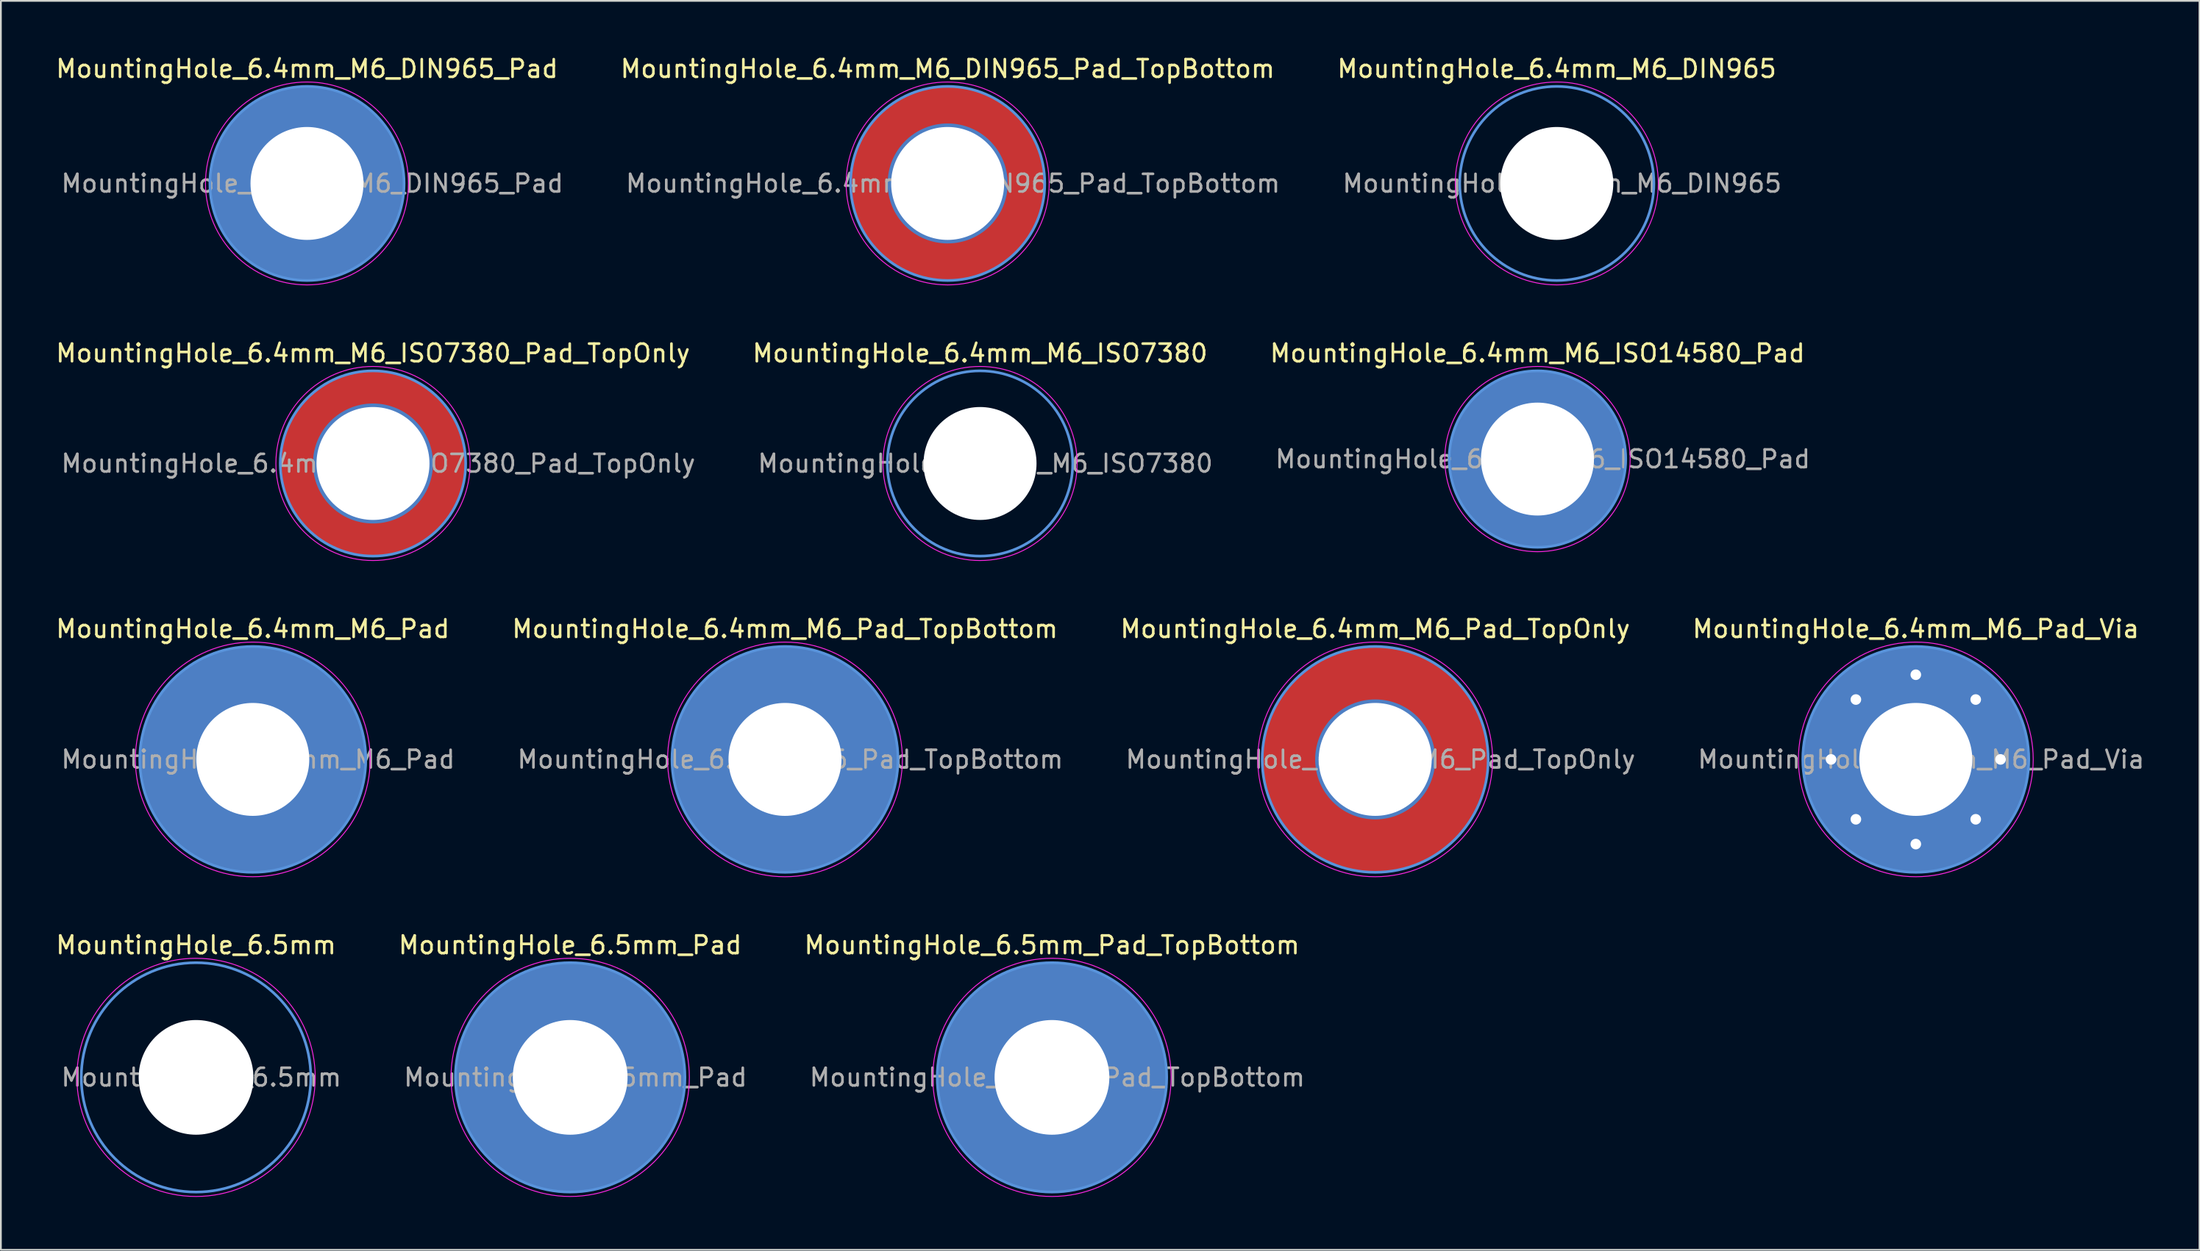
<source format=kicad_pcb>
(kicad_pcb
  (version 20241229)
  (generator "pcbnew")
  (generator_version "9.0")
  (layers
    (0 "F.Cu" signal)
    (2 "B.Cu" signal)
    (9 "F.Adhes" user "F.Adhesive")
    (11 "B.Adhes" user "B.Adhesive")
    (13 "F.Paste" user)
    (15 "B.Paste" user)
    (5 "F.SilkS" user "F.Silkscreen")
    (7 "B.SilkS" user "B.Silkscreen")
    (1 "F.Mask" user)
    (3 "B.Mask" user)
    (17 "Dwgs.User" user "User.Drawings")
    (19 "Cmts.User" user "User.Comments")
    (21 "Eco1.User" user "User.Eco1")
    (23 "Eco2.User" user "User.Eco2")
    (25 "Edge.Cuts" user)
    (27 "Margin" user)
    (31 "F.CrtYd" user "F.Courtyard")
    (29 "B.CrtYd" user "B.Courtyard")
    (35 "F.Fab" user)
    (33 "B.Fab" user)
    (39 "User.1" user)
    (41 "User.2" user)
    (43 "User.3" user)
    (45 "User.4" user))
  (footprint "MountingHole_6.4mm_M6_ISO7380_Pad_TopOnly"
    (layer "F.Cu")
    (at 18.077 23.221)
    (property "Reference" "MountingHole_6.4mm_M6_ISO7380_Pad_TopOnly" (at 0 -6.25 0) (layer "F.SilkS") (effects (font (size 1 1) (thickness 0.15))))
    (attr exclude_from_pos_files exclude_from_bom)
    (fp_circle (center 0 0) (end 5.25 0) (stroke (width 0.15) (type solid)) (fill no) (layer "Cmts.User"))
    (fp_circle (center 0 0) (end 5.5 0) (stroke (width 0.05) (type solid)) (fill no) (layer "F.CrtYd"))
    (fp_text user "${REFERENCE}" (at 0.3 0 0) (layer "F.Fab") (effects (font (size 1 1) (thickness 0.15))))
    (pad "1" thru_hole circle (at 0 0) (size 6.8 6.8) (drill 6.4) (layers "*.Cu" "*.Mask"))
    (pad "1" connect circle (at 0 0) (size 10.5 10.5) (layers "F.Cu" "F.Mask")))
  (footprint "MountingHole_6.4mm_M6_ISO7380"
    (layer "F.Cu")
    (at 52.461 23.221)
    (property "Reference" "MountingHole_6.4mm_M6_ISO7380" (at 0 -6.25 0) (layer "F.SilkS") (effects (font (size 1 1) (thickness 0.15))))
    (attr exclude_from_pos_files exclude_from_bom)
    (fp_circle (center 0 0) (end 5.25 0) (stroke (width 0.15) (type solid)) (fill no) (layer "Cmts.User"))
    (fp_circle (center 0 0) (end 5.5 0) (stroke (width 0.05) (type solid)) (fill no) (layer "F.CrtYd"))
    (fp_text user "${REFERENCE}" (at 0.3 0 0) (layer "F.Fab") (effects (font (size 1 1) (thickness 0.15))))
    (pad "" np_thru_hole circle (at 0 0) (size 6.4 6.4) (drill 6.4) (layers "*.Cu" "*.Mask")))
  (footprint "MountingHole_6.4mm_M6_Pad_TopOnly"
    (layer "F.Cu")
    (at 74.844 39.995)
    (property "Reference" "MountingHole_6.4mm_M6_Pad_TopOnly" (at 0 -7.4 0) (layer "F.SilkS") (effects (font (size 1 1) (thickness 0.15))))
    (attr exclude_from_pos_files exclude_from_bom)
    (fp_circle (center 0 0) (end 6.4 0) (stroke (width 0.15) (type solid)) (fill no) (layer "Cmts.User"))
    (fp_circle (center 0 0) (end 6.65 0) (stroke (width 0.05) (type solid)) (fill no) (layer "F.CrtYd"))
    (fp_text user "${REFERENCE}" (at 0.3 0 0) (layer "F.Fab") (effects (font (size 1 1) (thickness 0.15))))
    (pad "1" thru_hole circle (at 0 0) (size 6.8 6.8) (drill 6.4) (layers "*.Cu" "*.Mask"))
    (pad "1" connect circle (at 0 0) (size 12.8 12.8) (layers "F.Cu" "F.Mask")))
  (footprint "MountingHole_6.4mm_M6_DIN965"
    (layer "F.Cu")
    (at 85.13 7.348)
    (property "Reference" "MountingHole_6.4mm_M6_DIN965" (at 0 -6.5 0) (layer "F.SilkS") (effects (font (size 1 1) (thickness 0.15))))
    (attr exclude_from_pos_files exclude_from_bom)
    (fp_circle (center 0 0) (end 5.5 0) (stroke (width 0.15) (type solid)) (fill no) (layer "Cmts.User"))
    (fp_circle (center 0 0) (end 5.75 0) (stroke (width 0.05) (type solid)) (fill no) (layer "F.CrtYd"))
    (fp_text user "${REFERENCE}" (at 0.3 0 0) (layer "F.Fab") (effects (font (size 1 1) (thickness 0.15))))
    (pad "" np_thru_hole circle (at 0 0) (size 6.4 6.4) (drill 6.4) (layers "*.Cu" "*.Mask")))
  (footprint "MountingHole_6.4mm_M6_DIN965_Pad_TopBottom"
    (layer "F.Cu")
    (at 50.627 7.348)
    (property "Reference" "MountingHole_6.4mm_M6_DIN965_Pad_TopBottom" (at 0 -6.5 0) (layer "F.SilkS") (effects (font (size 1 1) (thickness 0.15))))
    (attr exclude_from_pos_files exclude_from_bom)
    (fp_circle (center 0 0) (end 5.5 0) (stroke (width 0.15) (type solid)) (fill no) (layer "Cmts.User"))
    (fp_circle (center 0 0) (end 5.75 0) (stroke (width 0.05) (type solid)) (fill no) (layer "F.CrtYd"))
    (fp_text user "${REFERENCE}" (at 0.3 0 0) (layer "F.Fab") (effects (font (size 1 1) (thickness 0.15))))
    (pad "" connect circle (at 0 0) (size 11 11) (layers "B.Mask" "Rescue"))
    (pad "1" thru_hole circle (at 0 0) (size 6.8 6.8) (drill 6.4) (layers "*.Cu" "*.Mask"))
    (pad "1" connect circle (at 0 0) (size 11 11) (layers "F.Cu" "F.Mask")))
  (footprint "MountingHole_6.4mm_M6_Pad"
    (layer "F.Cu")
    (at 11.268 39.995)
    (property "Reference" "MountingHole_6.4mm_M6_Pad" (at 0 -7.4 0) (layer "F.SilkS") (effects (font (size 1 1) (thickness 0.15))))
    (attr exclude_from_pos_files exclude_from_bom)
    (fp_circle (center 0 0) (end 6.4 0) (stroke (width 0.15) (type solid)) (fill no) (layer "Cmts.User"))
    (fp_circle (center 0 0) (end 6.65 0) (stroke (width 0.05) (type solid)) (fill no) (layer "F.CrtYd"))
    (fp_text user "${REFERENCE}" (at 0.3 0 0) (layer "F.Fab") (effects (font (size 1 1) (thickness 0.15))))
    (pad "1" thru_hole circle (at 0 0) (size 12.8 12.8) (drill 6.4) (layers "*.Cu" "*.Mask")))
  (footprint "MountingHole_6.5mm_Pad_TopBottom"
    (layer "F.Cu")
    (at 56.535 58.018)
    (property "Reference" "MountingHole_6.5mm_Pad_TopBottom" (at 0 -7.5 0) (layer "F.SilkS") (effects (font (size 1 1) (thickness 0.15))))
    (attr exclude_from_pos_files exclude_from_bom)
    (fp_circle (center 0 0) (end 6.5 0) (stroke (width 0.15) (type solid)) (fill no) (layer "Cmts.User"))
    (fp_circle (center 0 0) (end 6.75 0) (stroke (width 0.05) (type solid)) (fill no) (layer "F.CrtYd"))
    (fp_text user "${REFERENCE}" (at 0.3 0 0) (layer "F.Fab") (effects (font (size 1 1) (thickness 0.15))))
    (pad "1" thru_hole circle (at 0 0) (size 6.9 6.9) (drill 6.5) (layers "*.Cu" "*.Mask"))
    (pad "1" connect circle (at 0 0) (size 13 13) (layers "F.Cu" "F.Mask"))
    (pad "1" connect circle (at 0 0) (size 13 13) (layers "B.Cu" "B.Mask")))
  (footprint "MountingHole_6.4mm_M6_ISO14580_Pad"
    (layer "F.Cu")
    (at 84.035 22.971)
    (property "Reference" "MountingHole_6.4mm_M6_ISO14580_Pad" (at 0 -6 0) (layer "F.SilkS") (effects (font (size 1 1) (thickness 0.15))))
    (attr exclude_from_pos_files exclude_from_bom)
    (fp_circle (center 0 0) (end 5 0) (stroke (width 0.15) (type solid)) (fill no) (layer "Cmts.User"))
    (fp_circle (center 0 0) (end 5.25 0) (stroke (width 0.05) (type solid)) (fill no) (layer "F.CrtYd"))
    (fp_text user "${REFERENCE}" (at 0.3 0 0) (layer "F.Fab") (effects (font (size 1 1) (thickness 0.15))))
    (pad "1" thru_hole circle (at 0 0) (size 10 10) (drill 6.4) (layers "*.Cu" "*.Mask")))
  (footprint "MountingHole_6.4mm_M6_Pad_TopBottom"
    (layer "F.Cu")
    (at 41.413 39.995)
    (property "Reference" "MountingHole_6.4mm_M6_Pad_TopBottom" (at 0 -7.4 0) (layer "F.SilkS") (effects (font (size 1 1) (thickness 0.15))))
    (attr exclude_from_pos_files exclude_from_bom)
    (fp_circle (center 0 0) (end 6.4 0) (stroke (width 0.15) (type solid)) (fill no) (layer "Cmts.User"))
    (fp_circle (center 0 0) (end 6.65 0) (stroke (width 0.05) (type solid)) (fill no) (layer "F.CrtYd"))
    (fp_text user "${REFERENCE}" (at 0.3 0 0) (layer "F.Fab") (effects (font (size 1 1) (thickness 0.15))))
    (pad "1" thru_hole circle (at 0 0) (size 6.8 6.8) (drill 6.4) (layers "*.Cu" "*.Mask"))
    (pad "1" connect circle (at 0 0) (size 12.8 12.8) (layers "F.Cu" "F.Mask"))
    (pad "1" connect circle (at 0 0) (size 12.8 12.8) (layers "B.Cu" "B.Mask")))
  (footprint "MountingHole_6.4mm_M6_DIN965_Pad"
    (layer "F.Cu")
    (at 14.339 7.348)
    (property "Reference" "MountingHole_6.4mm_M6_DIN965_Pad" (at 0 -6.5 0) (layer "F.SilkS") (effects (font (size 1 1) (thickness 0.15))))
    (attr exclude_from_pos_files exclude_from_bom)
    (fp_circle (center 0 0) (end 5.5 0) (stroke (width 0.15) (type solid)) (fill no) (layer "Cmts.User"))
    (fp_circle (center 0 0) (end 5.75 0) (stroke (width 0.05) (type solid)) (fill no) (layer "F.CrtYd"))
    (fp_text user "${REFERENCE}" (at 0.3 0 0) (layer "F.Fab") (effects (font (size 1 1) (thickness 0.15))))
    (pad "1" thru_hole circle (at 0 0) (size 11 11) (drill 6.4) (layers "*.Cu" "*.Mask")))
  (footprint "MountingHole_6.5mm_Pad"
    (layer "F.Cu")
    (at 29.246 58.018)
    (property "Reference" "MountingHole_6.5mm_Pad" (at 0 -7.5 0) (layer "F.SilkS") (effects (font (size 1 1) (thickness 0.15))))
    (attr exclude_from_pos_files exclude_from_bom)
    (fp_circle (center 0 0) (end 6.5 0) (stroke (width 0.15) (type solid)) (fill no) (layer "Cmts.User"))
    (fp_circle (center 0 0) (end 6.75 0) (stroke (width 0.05) (type solid)) (fill no) (layer "F.CrtYd"))
    (fp_text user "${REFERENCE}" (at 0.3 0 0) (layer "F.Fab") (effects (font (size 1 1) (thickness 0.15))))
    (pad "1" thru_hole circle (at 0 0) (size 13 13) (drill 6.5) (layers "*.Cu" "*.Mask")))
  (footprint "MountingHole_6.4mm_M6_Pad_Via"
    (layer "F.Cu")
    (at 105.465 39.995)
    (property "Reference" "MountingHole_6.4mm_M6_Pad_Via" (at 0 -7.4 0) (layer "F.SilkS") (effects (font (size 1 1) (thickness 0.15))))
    (attr exclude_from_pos_files exclude_from_bom)
    (fp_circle (center 0 0) (end 6.4 0) (stroke (width 0.15) (type solid)) (fill no) (layer "Cmts.User"))
    (fp_circle (center 0 0) (end 6.65 0) (stroke (width 0.05) (type solid)) (fill no) (layer "F.CrtYd"))
    (fp_text user "${REFERENCE}" (at 0.3 0 0) (layer "F.Fab") (effects (font (size 1 1) (thickness 0.15))))
    (pad "1" thru_hole circle (at -4.8 0) (size 0.9 0.9) (drill 0.6) (layers "*.Cu" "*.Mask"))
    (pad "1" thru_hole circle (at -3.394 -3.394) (size 0.9 0.9) (drill 0.6) (layers "*.Cu" "*.Mask"))
    (pad "1" thru_hole circle (at -3.394 3.394) (size 0.9 0.9) (drill 0.6) (layers "*.Cu" "*.Mask"))
    (pad "1" thru_hole circle (at 0 -4.8) (size 0.9 0.9) (drill 0.6) (layers "*.Cu" "*.Mask"))
    (pad "1" thru_hole circle (at 0 0) (size 12.8 12.8) (drill 6.4) (layers "*.Cu" "*.Mask"))
    (pad "1" thru_hole circle (at 0 4.8) (size 0.9 0.9) (drill 0.6) (layers "*.Cu" "*.Mask"))
    (pad "1" thru_hole circle (at 3.394 -3.394) (size 0.9 0.9) (drill 0.6) (layers "*.Cu" "*.Mask"))
    (pad "1" thru_hole circle (at 3.394 3.394) (size 0.9 0.9) (drill 0.6) (layers "*.Cu" "*.Mask"))
    (pad "1" thru_hole circle (at 4.8 0) (size 0.9 0.9) (drill 0.6) (layers "*.Cu" "*.Mask")))
  (footprint "MountingHole_6.5mm"
    (layer "F.Cu")
    (at 8.054 58.018)
    (property "Reference" "MountingHole_6.5mm" (at 0 -7.5 0) (layer "F.SilkS") (effects (font (size 1 1) (thickness 0.15))))
    (attr exclude_from_pos_files exclude_from_bom)
    (fp_circle (center 0 0) (end 6.5 0) (stroke (width 0.15) (type solid)) (fill no) (layer "Cmts.User"))
    (fp_circle (center 0 0) (end 6.75 0) (stroke (width 0.05) (type solid)) (fill no) (layer "F.CrtYd"))
    (fp_text user "${REFERENCE}" (at 0.3 0 0) (layer "F.Fab") (effects (font (size 1 1) (thickness 0.15))))
    (pad "" np_thru_hole circle (at 0 0) (size 6.5 6.5) (drill 6.5) (layers "*.Cu" "*.Mask")))
  (gr_rect
    (start -3 -3)
    (end 121.533 67.793)
    (stroke (width 0.1) (type default))
    (fill no)
    (layer "Edge.Cuts")))
</source>
